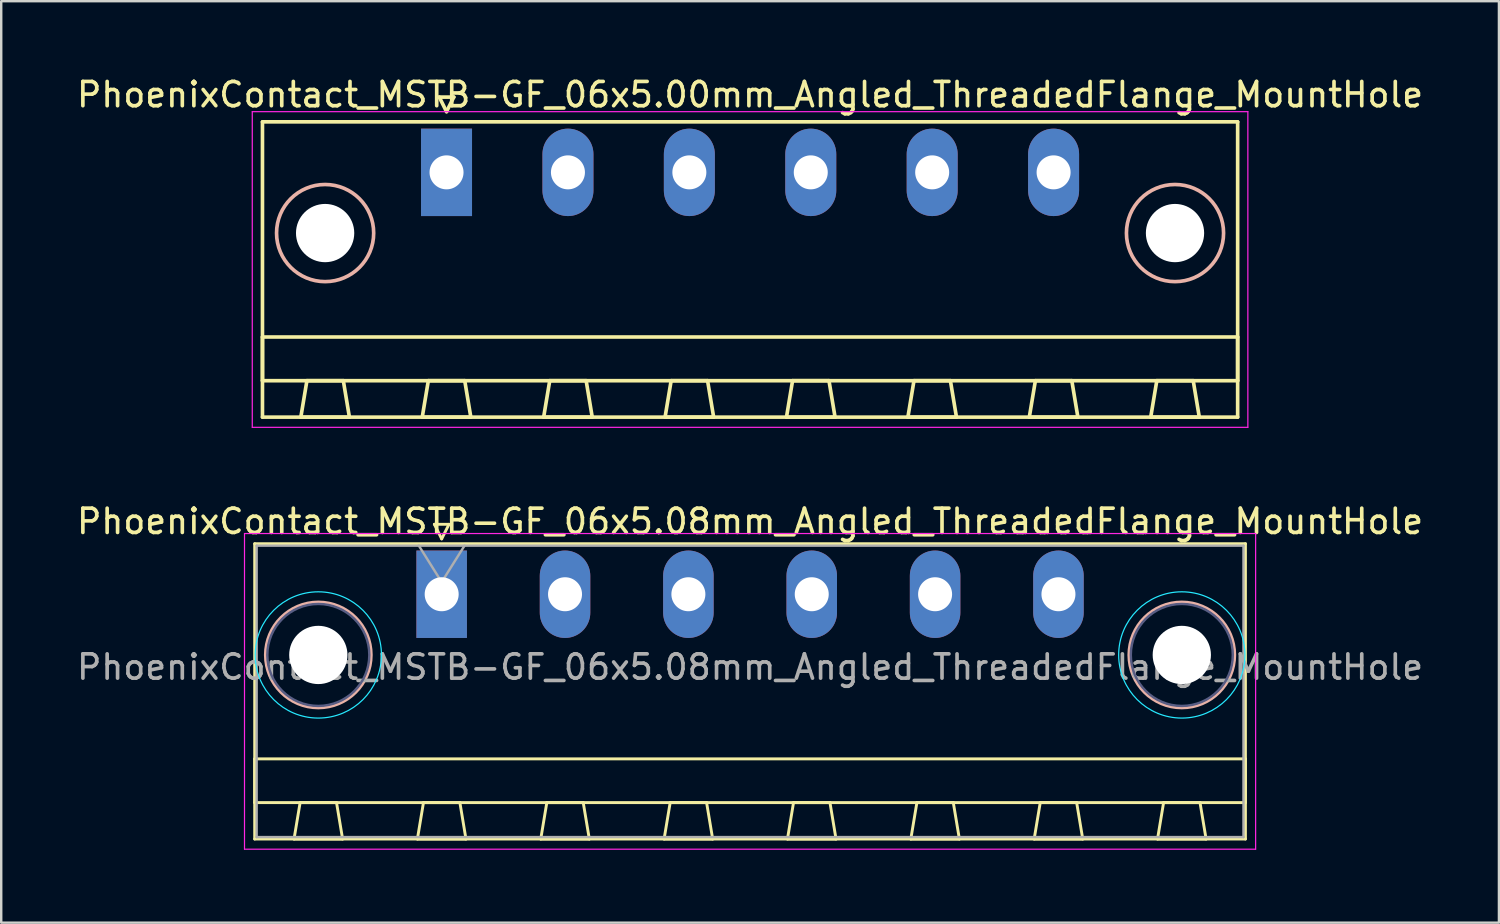
<source format=kicad_pcb>
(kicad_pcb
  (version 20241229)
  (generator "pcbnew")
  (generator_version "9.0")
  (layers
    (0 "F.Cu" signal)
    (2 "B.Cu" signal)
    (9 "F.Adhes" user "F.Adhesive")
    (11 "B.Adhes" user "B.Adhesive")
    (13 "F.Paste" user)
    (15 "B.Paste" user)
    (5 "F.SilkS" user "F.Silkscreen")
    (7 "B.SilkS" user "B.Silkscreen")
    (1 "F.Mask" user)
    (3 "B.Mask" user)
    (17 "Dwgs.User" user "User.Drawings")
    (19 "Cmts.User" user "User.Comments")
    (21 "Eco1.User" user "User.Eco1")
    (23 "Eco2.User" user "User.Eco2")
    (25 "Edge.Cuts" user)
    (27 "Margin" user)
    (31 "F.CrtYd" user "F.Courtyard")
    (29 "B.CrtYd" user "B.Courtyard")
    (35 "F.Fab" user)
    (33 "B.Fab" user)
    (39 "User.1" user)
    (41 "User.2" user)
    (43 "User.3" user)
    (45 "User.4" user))
  (footprint "PhoenixContact_MSTB-GF_06x5.00mm_Angled_ThreadedFlange_MountHole"
    (layer "F.Cu")
    (at 15.339 4.048)
    (property "Reference" "PhoenixContact_MSTB-GF_06x5.00mm_Angled_ThreadedFlange_MountHole" (at 12.5 -3.2 0) (layer "F.SilkS") (effects (font (size 1 1) (thickness 0.15))))
    (attr through_hole)
    (fp_line (start -7.58 -2.08) (end -7.58 10.08) (stroke (width 0.15) (type solid)) (layer "F.SilkS"))
    (fp_line (start -7.58 6.78) (end 32.58 6.78) (stroke (width 0.15) (type solid)) (layer "F.SilkS"))
    (fp_line (start -7.58 8.58) (end -7.58 6.78) (stroke (width 0.15) (type solid)) (layer "F.SilkS"))
    (fp_line (start -7.58 10.08) (end 32.58 10.08) (stroke (width 0.15) (type solid)) (layer "F.SilkS"))
    (fp_line (start -6 10.08) (end -4 10.08) (stroke (width 0.15) (type solid)) (layer "F.SilkS"))
    (fp_line (start -5.75 8.58) (end -6 10.08) (stroke (width 0.15) (type solid)) (layer "F.SilkS"))
    (fp_line (start -4.25 8.58) (end -5.75 8.58) (stroke (width 0.15) (type solid)) (layer "F.SilkS"))
    (fp_line (start -4 10.08) (end -4.25 8.58) (stroke (width 0.15) (type solid)) (layer "F.SilkS"))
    (fp_line (start -1 10.08) (end 1 10.08) (stroke (width 0.15) (type solid)) (layer "F.SilkS"))
    (fp_line (start -0.75 8.58) (end -1 10.08) (stroke (width 0.15) (type solid)) (layer "F.SilkS"))
    (fp_line (start -0.3 -3.1) (end 0 -2.5) (stroke (width 0.15) (type solid)) (layer "F.SilkS"))
    (fp_line (start 0 -2.5) (end 0.3 -3.1) (stroke (width 0.15) (type solid)) (layer "F.SilkS"))
    (fp_line (start 0.3 -3.1) (end -0.3 -3.1) (stroke (width 0.15) (type solid)) (layer "F.SilkS"))
    (fp_line (start 0.75 8.58) (end -0.75 8.58) (stroke (width 0.15) (type solid)) (layer "F.SilkS"))
    (fp_line (start 1 10.08) (end 0.75 8.58) (stroke (width 0.15) (type solid)) (layer "F.SilkS"))
    (fp_line (start 4 10.08) (end 6 10.08) (stroke (width 0.15) (type solid)) (layer "F.SilkS"))
    (fp_line (start 4.25 8.58) (end 4 10.08) (stroke (width 0.15) (type solid)) (layer "F.SilkS"))
    (fp_line (start 5.75 8.58) (end 4.25 8.58) (stroke (width 0.15) (type solid)) (layer "F.SilkS"))
    (fp_line (start 6 10.08) (end 5.75 8.58) (stroke (width 0.15) (type solid)) (layer "F.SilkS"))
    (fp_line (start 9 10.08) (end 11 10.08) (stroke (width 0.15) (type solid)) (layer "F.SilkS"))
    (fp_line (start 9.25 8.58) (end 9 10.08) (stroke (width 0.15) (type solid)) (layer "F.SilkS"))
    (fp_line (start 10.75 8.58) (end 9.25 8.58) (stroke (width 0.15) (type solid)) (layer "F.SilkS"))
    (fp_line (start 11 10.08) (end 10.75 8.58) (stroke (width 0.15) (type solid)) (layer "F.SilkS"))
    (fp_line (start 14 10.08) (end 16 10.08) (stroke (width 0.15) (type solid)) (layer "F.SilkS"))
    (fp_line (start 14.25 8.58) (end 14 10.08) (stroke (width 0.15) (type solid)) (layer "F.SilkS"))
    (fp_line (start 15.75 8.58) (end 14.25 8.58) (stroke (width 0.15) (type solid)) (layer "F.SilkS"))
    (fp_line (start 16 10.08) (end 15.75 8.58) (stroke (width 0.15) (type solid)) (layer "F.SilkS"))
    (fp_line (start 19 10.08) (end 21 10.08) (stroke (width 0.15) (type solid)) (layer "F.SilkS"))
    (fp_line (start 19.25 8.58) (end 19 10.08) (stroke (width 0.15) (type solid)) (layer "F.SilkS"))
    (fp_line (start 20.75 8.58) (end 19.25 8.58) (stroke (width 0.15) (type solid)) (layer "F.SilkS"))
    (fp_line (start 21 10.08) (end 20.75 8.58) (stroke (width 0.15) (type solid)) (layer "F.SilkS"))
    (fp_line (start 24 10.08) (end 26 10.08) (stroke (width 0.15) (type solid)) (layer "F.SilkS"))
    (fp_line (start 24.25 8.58) (end 24 10.08) (stroke (width 0.15) (type solid)) (layer "F.SilkS"))
    (fp_line (start 25.75 8.58) (end 24.25 8.58) (stroke (width 0.15) (type solid)) (layer "F.SilkS"))
    (fp_line (start 26 10.08) (end 25.75 8.58) (stroke (width 0.15) (type solid)) (layer "F.SilkS"))
    (fp_line (start 29 10.08) (end 31 10.08) (stroke (width 0.15) (type solid)) (layer "F.SilkS"))
    (fp_line (start 29.25 8.58) (end 29 10.08) (stroke (width 0.15) (type solid)) (layer "F.SilkS"))
    (fp_line (start 30.75 8.58) (end 29.25 8.58) (stroke (width 0.15) (type solid)) (layer "F.SilkS"))
    (fp_line (start 31 10.08) (end 30.75 8.58) (stroke (width 0.15) (type solid)) (layer "F.SilkS"))
    (fp_line (start 32.58 -2.08) (end -7.58 -2.08) (stroke (width 0.15) (type solid)) (layer "F.SilkS"))
    (fp_line (start 32.58 6.78) (end 32.58 8.58) (stroke (width 0.15) (type solid)) (layer "F.SilkS"))
    (fp_line (start 32.58 8.58) (end -7.58 8.58) (stroke (width 0.15) (type solid)) (layer "F.SilkS"))
    (fp_line (start 32.58 10.08) (end 32.58 -2.08) (stroke (width 0.15) (type solid)) (layer "F.SilkS"))
    (fp_circle (center -5 2.5) (end -3 2.5) (stroke (width 0.15) (type solid)) (fill no) (layer "B.SilkS"))
    (fp_circle (center 30 2.5) (end 32 2.5) (stroke (width 0.15) (type solid)) (fill no) (layer "B.SilkS"))
    (fp_line (start -8 -2.5) (end -8 10.5) (stroke (width 0.05) (type solid)) (layer "F.CrtYd"))
    (fp_line (start -8 10.5) (end 33 10.5) (stroke (width 0.05) (type solid)) (layer "F.CrtYd"))
    (fp_line (start 33 -2.5) (end -8 -2.5) (stroke (width 0.05) (type solid)) (layer "F.CrtYd"))
    (fp_line (start 33 10.5) (end 33 -2.5) (stroke (width 0.05) (type solid)) (layer "F.CrtYd"))
    (pad "" np_thru_hole circle (at -5 2.5) (size 2.4 2.4) (drill 2.4) (layers "*.Cu" "*.Mask"))
    (pad "" np_thru_hole circle (at 30 2.5) (size 2.4 2.4) (drill 2.4) (layers "*.Cu" "*.Mask"))
    (pad "1" thru_hole rect (at 0 0) (size 2.1 3.6) (drill 1.4) (layers "*.Cu" "*.Mask"))
    (pad "2" thru_hole oval (at 5 0) (size 2.1 3.6) (drill 1.4) (layers "*.Cu" "*.Mask"))
    (pad "3" thru_hole oval (at 10 0) (size 2.1 3.6) (drill 1.4) (layers "*.Cu" "*.Mask"))
    (pad "4" thru_hole oval (at 15 0) (size 2.1 3.6) (drill 1.4) (layers "*.Cu" "*.Mask"))
    (pad "5" thru_hole oval (at 20 0) (size 2.1 3.6) (drill 1.4) (layers "*.Cu" "*.Mask"))
    (pad "6" thru_hole oval (at 25 0) (size 2.1 3.6) (drill 1.4) (layers "*.Cu" "*.Mask")))
  (footprint "PhoenixContact_MSTB-GF_06x5.08mm_Angled_ThreadedFlange_MountHole"
    (layer "F.Cu")
    (at 15.139 21.422)
    (property "Reference" "PhoenixContact_MSTB-GF_06x5.08mm_Angled_ThreadedFlange_MountHole" (at 12.7 -3 0) (layer "F.SilkS") (effects (font (size 1 1) (thickness 0.15))))
    (attr through_hole)
    (fp_line (start -7.7 -2.08) (end -7.7 10.08) (stroke (width 0.12) (type solid)) (layer "F.SilkS"))
    (fp_line (start -7.7 6.78) (end 33.1 6.78) (stroke (width 0.12) (type solid)) (layer "F.SilkS"))
    (fp_line (start -7.7 8.58) (end -7.7 6.78) (stroke (width 0.12) (type solid)) (layer "F.SilkS"))
    (fp_line (start -7.7 10.08) (end 33.1 10.08) (stroke (width 0.12) (type solid)) (layer "F.SilkS"))
    (fp_line (start -6.08 10.08) (end -4.08 10.08) (stroke (width 0.12) (type solid)) (layer "F.SilkS"))
    (fp_line (start -5.83 8.58) (end -6.08 10.08) (stroke (width 0.12) (type solid)) (layer "F.SilkS"))
    (fp_line (start -4.33 8.58) (end -5.83 8.58) (stroke (width 0.12) (type solid)) (layer "F.SilkS"))
    (fp_line (start -4.08 10.08) (end -4.33 8.58) (stroke (width 0.12) (type solid)) (layer "F.SilkS"))
    (fp_line (start -1 10.08) (end 1 10.08) (stroke (width 0.12) (type solid)) (layer "F.SilkS"))
    (fp_line (start -0.75 8.58) (end -1 10.08) (stroke (width 0.12) (type solid)) (layer "F.SilkS"))
    (fp_line (start -0.3 -2.88) (end 0.3 -2.88) (stroke (width 0.12) (type solid)) (layer "F.SilkS"))
    (fp_line (start 0 -2.28) (end -0.3 -2.88) (stroke (width 0.12) (type solid)) (layer "F.SilkS"))
    (fp_line (start 0.3 -2.88) (end 0 -2.28) (stroke (width 0.12) (type solid)) (layer "F.SilkS"))
    (fp_line (start 0.75 8.58) (end -0.75 8.58) (stroke (width 0.12) (type solid)) (layer "F.SilkS"))
    (fp_line (start 1 10.08) (end 0.75 8.58) (stroke (width 0.12) (type solid)) (layer "F.SilkS"))
    (fp_line (start 4.08 10.08) (end 6.08 10.08) (stroke (width 0.12) (type solid)) (layer "F.SilkS"))
    (fp_line (start 4.33 8.58) (end 4.08 10.08) (stroke (width 0.12) (type solid)) (layer "F.SilkS"))
    (fp_line (start 5.83 8.58) (end 4.33 8.58) (stroke (width 0.12) (type solid)) (layer "F.SilkS"))
    (fp_line (start 6.08 10.08) (end 5.83 8.58) (stroke (width 0.12) (type solid)) (layer "F.SilkS"))
    (fp_line (start 9.16 10.08) (end 11.16 10.08) (stroke (width 0.12) (type solid)) (layer "F.SilkS"))
    (fp_line (start 9.41 8.58) (end 9.16 10.08) (stroke (width 0.12) (type solid)) (layer "F.SilkS"))
    (fp_line (start 10.91 8.58) (end 9.41 8.58) (stroke (width 0.12) (type solid)) (layer "F.SilkS"))
    (fp_line (start 11.16 10.08) (end 10.91 8.58) (stroke (width 0.12) (type solid)) (layer "F.SilkS"))
    (fp_line (start 14.24 10.08) (end 16.24 10.08) (stroke (width 0.12) (type solid)) (layer "F.SilkS"))
    (fp_line (start 14.49 8.58) (end 14.24 10.08) (stroke (width 0.12) (type solid)) (layer "F.SilkS"))
    (fp_line (start 15.99 8.58) (end 14.49 8.58) (stroke (width 0.12) (type solid)) (layer "F.SilkS"))
    (fp_line (start 16.24 10.08) (end 15.99 8.58) (stroke (width 0.12) (type solid)) (layer "F.SilkS"))
    (fp_line (start 19.32 10.08) (end 21.32 10.08) (stroke (width 0.12) (type solid)) (layer "F.SilkS"))
    (fp_line (start 19.57 8.58) (end 19.32 10.08) (stroke (width 0.12) (type solid)) (layer "F.SilkS"))
    (fp_line (start 21.07 8.58) (end 19.57 8.58) (stroke (width 0.12) (type solid)) (layer "F.SilkS"))
    (fp_line (start 21.32 10.08) (end 21.07 8.58) (stroke (width 0.12) (type solid)) (layer "F.SilkS"))
    (fp_line (start 24.4 10.08) (end 26.4 10.08) (stroke (width 0.12) (type solid)) (layer "F.SilkS"))
    (fp_line (start 24.65 8.58) (end 24.4 10.08) (stroke (width 0.12) (type solid)) (layer "F.SilkS"))
    (fp_line (start 26.15 8.58) (end 24.65 8.58) (stroke (width 0.12) (type solid)) (layer "F.SilkS"))
    (fp_line (start 26.4 10.08) (end 26.15 8.58) (stroke (width 0.12) (type solid)) (layer "F.SilkS"))
    (fp_line (start 29.48 10.08) (end 31.48 10.08) (stroke (width 0.12) (type solid)) (layer "F.SilkS"))
    (fp_line (start 29.73 8.58) (end 29.48 10.08) (stroke (width 0.12) (type solid)) (layer "F.SilkS"))
    (fp_line (start 31.23 8.58) (end 29.73 8.58) (stroke (width 0.12) (type solid)) (layer "F.SilkS"))
    (fp_line (start 31.48 10.08) (end 31.23 8.58) (stroke (width 0.12) (type solid)) (layer "F.SilkS"))
    (fp_line (start 33.1 -2.08) (end -7.7 -2.08) (stroke (width 0.12) (type solid)) (layer "F.SilkS"))
    (fp_line (start 33.1 6.78) (end 33.1 8.58) (stroke (width 0.12) (type solid)) (layer "F.SilkS"))
    (fp_line (start 33.1 8.58) (end -7.7 8.58) (stroke (width 0.12) (type solid)) (layer "F.SilkS"))
    (fp_line (start 33.1 10.08) (end 33.1 -2.08) (stroke (width 0.12) (type solid)) (layer "F.SilkS"))
    (fp_circle (center -5.08 2.5) (end -2.9 2.5) (stroke (width 0.12) (type solid)) (fill no) (layer "B.SilkS"))
    (fp_circle (center 30.48 2.5) (end 32.66 2.5) (stroke (width 0.12) (type solid)) (fill no) (layer "B.SilkS"))
    (fp_circle (center -5.08 2.5) (end -2.48 2.5) (stroke (width 0.05) (type solid)) (fill no) (layer "B.CrtYd"))
    (fp_circle (center 30.48 2.5) (end 33.08 2.5) (stroke (width 0.05) (type solid)) (fill no) (layer "B.CrtYd"))
    (fp_line (start -8.12 -2.5) (end -8.12 10.5) (stroke (width 0.05) (type solid)) (layer "F.CrtYd"))
    (fp_line (start -8.12 10.5) (end 33.52 10.5) (stroke (width 0.05) (type solid)) (layer "F.CrtYd"))
    (fp_line (start 33.52 -2.5) (end -8.12 -2.5) (stroke (width 0.05) (type solid)) (layer "F.CrtYd"))
    (fp_line (start 33.52 10.5) (end 33.52 -2.5) (stroke (width 0.05) (type solid)) (layer "F.CrtYd"))
    (fp_circle (center -5.08 2.5) (end -2.98 2.5) (stroke (width 0.1) (type solid)) (fill no) (layer "B.Fab"))
    (fp_circle (center 30.48 2.5) (end 32.58 2.5) (stroke (width 0.1) (type solid)) (fill no) (layer "B.Fab"))
    (fp_line (start -7.62 -2) (end -7.62 10) (stroke (width 0.1) (type solid)) (layer "F.Fab"))
    (fp_line (start -7.62 10) (end 33.02 10) (stroke (width 0.1) (type solid)) (layer "F.Fab"))
    (fp_line (start 0 -0.5) (end -0.94 -2) (stroke (width 0.1) (type solid)) (layer "F.Fab"))
    (fp_line (start 0.94 -2) (end 0 -0.5) (stroke (width 0.1) (type solid)) (layer "F.Fab"))
    (fp_line (start 33.02 -2) (end -7.62 -2) (stroke (width 0.1) (type solid)) (layer "F.Fab"))
    (fp_line (start 33.02 10) (end 33.02 -2) (stroke (width 0.1) (type solid)) (layer "F.Fab"))
    (fp_text user "${REFERENCE}" (at 12.7 3 0) (layer "F.Fab") (effects (font (size 1 1) (thickness 0.15))))
    (pad "" np_thru_hole circle (at -5.08 2.5) (size 2.4 2.4) (drill 2.4) (layers "*.Cu" "*.Mask"))
    (pad "" np_thru_hole circle (at 30.48 2.5) (size 2.4 2.4) (drill 2.4) (layers "*.Cu" "*.Mask"))
    (pad "1" thru_hole rect (at 0 0) (size 2.08 3.6) (drill 1.4) (layers "*.Cu" "*.Mask"))
    (pad "2" thru_hole oval (at 5.08 0) (size 2.08 3.6) (drill 1.4) (layers "*.Cu" "*.Mask"))
    (pad "3" thru_hole oval (at 10.16 0) (size 2.08 3.6) (drill 1.4) (layers "*.Cu" "*.Mask"))
    (pad "4" thru_hole oval (at 15.24 0) (size 2.08 3.6) (drill 1.4) (layers "*.Cu" "*.Mask"))
    (pad "5" thru_hole oval (at 20.32 0) (size 2.08 3.6) (drill 1.4) (layers "*.Cu" "*.Mask"))
    (pad "6" thru_hole oval (at 25.4 0) (size 2.08 3.6) (drill 1.4) (layers "*.Cu" "*.Mask")))
  (gr_rect
    (start -3 -3)
    (end 58.679 34.947)
    (stroke (width 0.1) (type default))
    (fill no)
    (layer "Edge.Cuts")))
</source>
